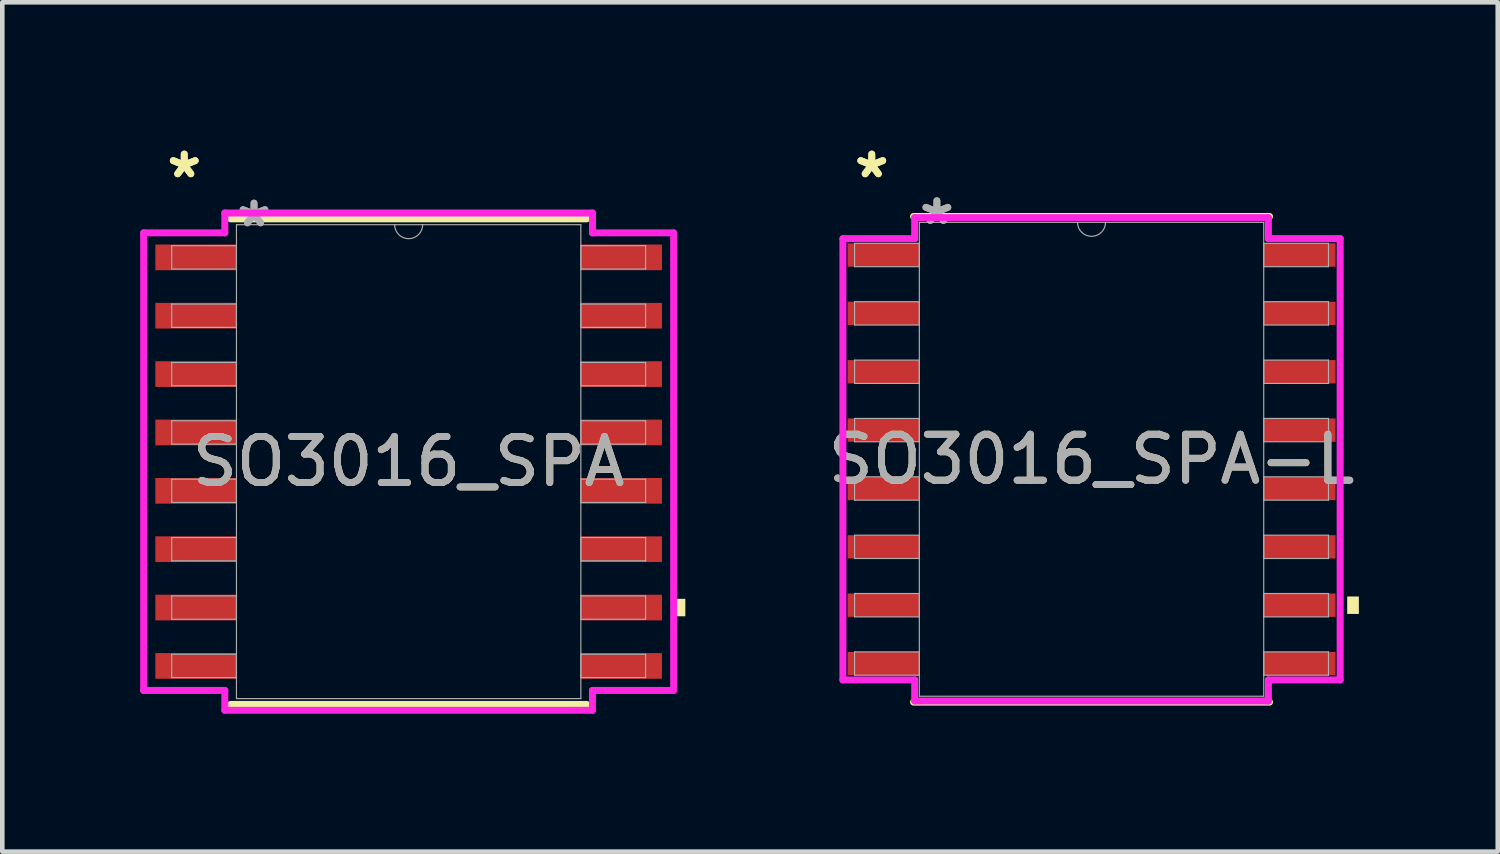
<source format=kicad_pcb>
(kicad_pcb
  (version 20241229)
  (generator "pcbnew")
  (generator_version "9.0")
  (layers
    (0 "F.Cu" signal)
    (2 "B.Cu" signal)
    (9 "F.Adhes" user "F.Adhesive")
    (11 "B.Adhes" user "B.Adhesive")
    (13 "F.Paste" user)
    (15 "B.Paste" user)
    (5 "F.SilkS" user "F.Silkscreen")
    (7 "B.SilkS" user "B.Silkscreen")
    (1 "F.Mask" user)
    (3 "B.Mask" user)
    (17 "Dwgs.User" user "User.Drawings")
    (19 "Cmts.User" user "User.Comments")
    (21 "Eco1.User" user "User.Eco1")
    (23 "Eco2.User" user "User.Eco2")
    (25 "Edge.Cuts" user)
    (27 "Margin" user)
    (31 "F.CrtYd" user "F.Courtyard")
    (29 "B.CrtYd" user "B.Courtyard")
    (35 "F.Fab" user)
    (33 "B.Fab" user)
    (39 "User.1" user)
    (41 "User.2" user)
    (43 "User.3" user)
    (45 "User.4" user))
  (footprint "SO3016_SPA-L"
    (layer "F.Cu")
    (at 20.701 6.944)
    (property "Reference" "SO3016_SPA-L" (at 0 0 0) (unlocked yes) (layer "F.SilkS") (effects (font (size 1 1) (thickness 0.15))))
    (attr smd)
    (fp_line (start -3.873 5.283) (end 3.873 5.283) (stroke (width 0.152) (type solid)) (layer "F.SilkS"))
    (fp_line (start 3.873 -5.283) (end -3.873 -5.283) (stroke (width 0.152) (type solid)) (layer "F.SilkS"))
    (fp_poly (pts (xy 5.817 2.985) (xy 5.817 3.365) (xy 5.563 3.365) (xy 5.563 2.985)) (stroke (width 0) (type solid)) (fill yes) (layer "F.SilkS"))
    (fp_line (start -5.41 -4.801) (end -3.848 -4.801) (stroke (width 0.152) (type solid)) (layer "F.CrtYd"))
    (fp_line (start -5.41 4.801) (end -5.41 -4.801) (stroke (width 0.152) (type solid)) (layer "F.CrtYd"))
    (fp_line (start -5.41 4.801) (end -3.848 4.801) (stroke (width 0.152) (type solid)) (layer "F.CrtYd"))
    (fp_line (start -3.848 -5.258) (end 3.848 -5.258) (stroke (width 0.152) (type solid)) (layer "F.CrtYd"))
    (fp_line (start -3.848 -4.801) (end -3.848 -5.258) (stroke (width 0.152) (type solid)) (layer "F.CrtYd"))
    (fp_line (start -3.848 5.258) (end -3.848 4.801) (stroke (width 0.152) (type solid)) (layer "F.CrtYd"))
    (fp_line (start 3.848 -5.258) (end 3.848 -4.801) (stroke (width 0.152) (type solid)) (layer "F.CrtYd"))
    (fp_line (start 3.848 4.801) (end 3.848 5.258) (stroke (width 0.152) (type solid)) (layer "F.CrtYd"))
    (fp_line (start 3.848 5.258) (end -3.848 5.258) (stroke (width 0.152) (type solid)) (layer "F.CrtYd"))
    (fp_line (start 5.41 -4.801) (end 3.848 -4.801) (stroke (width 0.152) (type solid)) (layer "F.CrtYd"))
    (fp_line (start 5.41 -4.801) (end 5.41 4.801) (stroke (width 0.152) (type solid)) (layer "F.CrtYd"))
    (fp_line (start 5.41 4.801) (end 3.848 4.801) (stroke (width 0.152) (type solid)) (layer "F.CrtYd"))
    (fp_line (start -5.156 -4.699) (end -5.156 -4.191) (stroke (width 0.025) (type solid)) (layer "F.Fab"))
    (fp_line (start -5.156 -4.191) (end -3.747 -4.191) (stroke (width 0.025) (type solid)) (layer "F.Fab"))
    (fp_line (start -5.156 -3.429) (end -5.156 -2.921) (stroke (width 0.025) (type solid)) (layer "F.Fab"))
    (fp_line (start -5.156 -2.921) (end -3.747 -2.921) (stroke (width 0.025) (type solid)) (layer "F.Fab"))
    (fp_line (start -5.156 -2.159) (end -5.156 -1.651) (stroke (width 0.025) (type solid)) (layer "F.Fab"))
    (fp_line (start -5.156 -1.651) (end -3.747 -1.651) (stroke (width 0.025) (type solid)) (layer "F.Fab"))
    (fp_line (start -5.156 -0.889) (end -5.156 -0.381) (stroke (width 0.025) (type solid)) (layer "F.Fab"))
    (fp_line (start -5.156 -0.381) (end -3.747 -0.381) (stroke (width 0.025) (type solid)) (layer "F.Fab"))
    (fp_line (start -5.156 0.381) (end -5.156 0.889) (stroke (width 0.025) (type solid)) (layer "F.Fab"))
    (fp_line (start -5.156 0.889) (end -3.747 0.889) (stroke (width 0.025) (type solid)) (layer "F.Fab"))
    (fp_line (start -5.156 1.651) (end -5.156 2.159) (stroke (width 0.025) (type solid)) (layer "F.Fab"))
    (fp_line (start -5.156 2.159) (end -3.747 2.159) (stroke (width 0.025) (type solid)) (layer "F.Fab"))
    (fp_line (start -5.156 2.921) (end -5.156 3.429) (stroke (width 0.025) (type solid)) (layer "F.Fab"))
    (fp_line (start -5.156 3.429) (end -3.747 3.429) (stroke (width 0.025) (type solid)) (layer "F.Fab"))
    (fp_line (start -5.156 4.191) (end -5.156 4.699) (stroke (width 0.025) (type solid)) (layer "F.Fab"))
    (fp_line (start -5.156 4.699) (end -3.747 4.699) (stroke (width 0.025) (type solid)) (layer "F.Fab"))
    (fp_line (start -3.747 -5.156) (end -3.747 5.156) (stroke (width 0.025) (type solid)) (layer "F.Fab"))
    (fp_line (start -3.747 -4.699) (end -5.156 -4.699) (stroke (width 0.025) (type solid)) (layer "F.Fab"))
    (fp_line (start -3.747 -4.191) (end -3.747 -4.699) (stroke (width 0.025) (type solid)) (layer "F.Fab"))
    (fp_line (start -3.747 -3.429) (end -5.156 -3.429) (stroke (width 0.025) (type solid)) (layer "F.Fab"))
    (fp_line (start -3.747 -2.921) (end -3.747 -3.429) (stroke (width 0.025) (type solid)) (layer "F.Fab"))
    (fp_line (start -3.747 -2.159) (end -5.156 -2.159) (stroke (width 0.025) (type solid)) (layer "F.Fab"))
    (fp_line (start -3.747 -1.651) (end -3.747 -2.159) (stroke (width 0.025) (type solid)) (layer "F.Fab"))
    (fp_line (start -3.747 -0.889) (end -5.156 -0.889) (stroke (width 0.025) (type solid)) (layer "F.Fab"))
    (fp_line (start -3.747 -0.381) (end -3.747 -0.889) (stroke (width 0.025) (type solid)) (layer "F.Fab"))
    (fp_line (start -3.747 0.381) (end -5.156 0.381) (stroke (width 0.025) (type solid)) (layer "F.Fab"))
    (fp_line (start -3.747 0.889) (end -3.747 0.381) (stroke (width 0.025) (type solid)) (layer "F.Fab"))
    (fp_line (start -3.747 1.651) (end -5.156 1.651) (stroke (width 0.025) (type solid)) (layer "F.Fab"))
    (fp_line (start -3.747 2.159) (end -3.747 1.651) (stroke (width 0.025) (type solid)) (layer "F.Fab"))
    (fp_line (start -3.747 2.921) (end -5.156 2.921) (stroke (width 0.025) (type solid)) (layer "F.Fab"))
    (fp_line (start -3.747 3.429) (end -3.747 2.921) (stroke (width 0.025) (type solid)) (layer "F.Fab"))
    (fp_line (start -3.747 4.191) (end -5.156 4.191) (stroke (width 0.025) (type solid)) (layer "F.Fab"))
    (fp_line (start -3.747 4.699) (end -3.747 4.191) (stroke (width 0.025) (type solid)) (layer "F.Fab"))
    (fp_line (start -3.747 5.156) (end 3.747 5.156) (stroke (width 0.025) (type solid)) (layer "F.Fab"))
    (fp_line (start 3.747 -5.156) (end -3.747 -5.156) (stroke (width 0.025) (type solid)) (layer "F.Fab"))
    (fp_line (start 3.747 -4.699) (end 3.747 -4.191) (stroke (width 0.025) (type solid)) (layer "F.Fab"))
    (fp_line (start 3.747 -4.191) (end 5.156 -4.191) (stroke (width 0.025) (type solid)) (layer "F.Fab"))
    (fp_line (start 3.747 -3.429) (end 3.747 -2.921) (stroke (width 0.025) (type solid)) (layer "F.Fab"))
    (fp_line (start 3.747 -2.921) (end 5.156 -2.921) (stroke (width 0.025) (type solid)) (layer "F.Fab"))
    (fp_line (start 3.747 -2.159) (end 3.747 -1.651) (stroke (width 0.025) (type solid)) (layer "F.Fab"))
    (fp_line (start 3.747 -1.651) (end 5.156 -1.651) (stroke (width 0.025) (type solid)) (layer "F.Fab"))
    (fp_line (start 3.747 -0.889) (end 3.747 -0.381) (stroke (width 0.025) (type solid)) (layer "F.Fab"))
    (fp_line (start 3.747 -0.381) (end 5.156 -0.381) (stroke (width 0.025) (type solid)) (layer "F.Fab"))
    (fp_line (start 3.747 0.381) (end 3.747 0.889) (stroke (width 0.025) (type solid)) (layer "F.Fab"))
    (fp_line (start 3.747 0.889) (end 5.156 0.889) (stroke (width 0.025) (type solid)) (layer "F.Fab"))
    (fp_line (start 3.747 1.651) (end 3.747 2.159) (stroke (width 0.025) (type solid)) (layer "F.Fab"))
    (fp_line (start 3.747 2.159) (end 5.156 2.159) (stroke (width 0.025) (type solid)) (layer "F.Fab"))
    (fp_line (start 3.747 2.921) (end 3.747 3.429) (stroke (width 0.025) (type solid)) (layer "F.Fab"))
    (fp_line (start 3.747 3.429) (end 5.156 3.429) (stroke (width 0.025) (type solid)) (layer "F.Fab"))
    (fp_line (start 3.747 4.191) (end 3.747 4.699) (stroke (width 0.025) (type solid)) (layer "F.Fab"))
    (fp_line (start 3.747 4.699) (end 5.156 4.699) (stroke (width 0.025) (type solid)) (layer "F.Fab"))
    (fp_line (start 3.747 5.156) (end 3.747 -5.156) (stroke (width 0.025) (type solid)) (layer "F.Fab"))
    (fp_line (start 5.156 -4.699) (end 3.747 -4.699) (stroke (width 0.025) (type solid)) (layer "F.Fab"))
    (fp_line (start 5.156 -4.191) (end 5.156 -4.699) (stroke (width 0.025) (type solid)) (layer "F.Fab"))
    (fp_line (start 5.156 -3.429) (end 3.747 -3.429) (stroke (width 0.025) (type solid)) (layer "F.Fab"))
    (fp_line (start 5.156 -2.921) (end 5.156 -3.429) (stroke (width 0.025) (type solid)) (layer "F.Fab"))
    (fp_line (start 5.156 -2.159) (end 3.747 -2.159) (stroke (width 0.025) (type solid)) (layer "F.Fab"))
    (fp_line (start 5.156 -1.651) (end 5.156 -2.159) (stroke (width 0.025) (type solid)) (layer "F.Fab"))
    (fp_line (start 5.156 -0.889) (end 3.747 -0.889) (stroke (width 0.025) (type solid)) (layer "F.Fab"))
    (fp_line (start 5.156 -0.381) (end 5.156 -0.889) (stroke (width 0.025) (type solid)) (layer "F.Fab"))
    (fp_line (start 5.156 0.381) (end 3.747 0.381) (stroke (width 0.025) (type solid)) (layer "F.Fab"))
    (fp_line (start 5.156 0.889) (end 5.156 0.381) (stroke (width 0.025) (type solid)) (layer "F.Fab"))
    (fp_line (start 5.156 1.651) (end 3.747 1.651) (stroke (width 0.025) (type solid)) (layer "F.Fab"))
    (fp_line (start 5.156 2.159) (end 5.156 1.651) (stroke (width 0.025) (type solid)) (layer "F.Fab"))
    (fp_line (start 5.156 2.921) (end 3.747 2.921) (stroke (width 0.025) (type solid)) (layer "F.Fab"))
    (fp_line (start 5.156 3.429) (end 5.156 2.921) (stroke (width 0.025) (type solid)) (layer "F.Fab"))
    (fp_line (start 5.156 4.191) (end 3.747 4.191) (stroke (width 0.025) (type solid)) (layer "F.Fab"))
    (fp_line (start 5.156 4.699) (end 5.156 4.191) (stroke (width 0.025) (type solid)) (layer "F.Fab"))
    (fp_arc (start 0.3048 -5.1562) (mid 0 -4.8514) (end -0.3048 -5.1562) (stroke (width 0.0254) (type solid)) (layer "F.Fab"))
    (fp_text user "*" (at -4.782 -6.096 0) (layer "F.SilkS") (effects (font (size 1 1) (thickness 0.15))))
    (fp_text user "*" (at -4.782 -6.096 0) (unlocked yes) (layer "F.SilkS") (effects (font (size 1 1) (thickness 0.15))))
    (fp_text user "*" (at -3.365 -5.08 0) (unlocked yes) (layer "F.Fab") (effects (font (size 1 1) (thickness 0.15))))
    (fp_text user "${REFERENCE}" (at 0 0 0) (unlocked yes) (layer "F.Fab") (effects (font (size 1 1) (thickness 0.15))))
    (fp_text user "*" (at -3.365 -5.08 0) (layer "F.Fab") (effects (font (size 1 1) (thickness 0.15))))
    (pad "1" smd rect (at -4.528 -4.445) (size 1.562 0.508) (layers "F.Cu" "F.Mask" "F.Paste"))
    (pad "2" smd rect (at -4.528 -3.175) (size 1.562 0.508) (layers "F.Cu" "F.Mask" "F.Paste"))
    (pad "3" smd rect (at -4.528 -1.905) (size 1.562 0.508) (layers "F.Cu" "F.Mask" "F.Paste"))
    (pad "4" smd rect (at -4.528 -0.635) (size 1.562 0.508) (layers "F.Cu" "F.Mask" "F.Paste"))
    (pad "5" smd rect (at -4.528 0.635) (size 1.562 0.508) (layers "F.Cu" "F.Mask" "F.Paste"))
    (pad "6" smd rect (at -4.528 1.905) (size 1.562 0.508) (layers "F.Cu" "F.Mask" "F.Paste"))
    (pad "7" smd rect (at -4.528 3.175) (size 1.562 0.508) (layers "F.Cu" "F.Mask" "F.Paste"))
    (pad "8" smd rect (at -4.528 4.445) (size 1.562 0.508) (layers "F.Cu" "F.Mask" "F.Paste"))
    (pad "9" smd rect (at 4.528 4.445) (size 1.562 0.508) (layers "F.Cu" "F.Mask" "F.Paste"))
    (pad "10" smd rect (at 4.528 3.175) (size 1.562 0.508) (layers "F.Cu" "F.Mask" "F.Paste"))
    (pad "11" smd rect (at 4.528 1.905) (size 1.562 0.508) (layers "F.Cu" "F.Mask" "F.Paste"))
    (pad "12" smd rect (at 4.528 0.635) (size 1.562 0.508) (layers "F.Cu" "F.Mask" "F.Paste"))
    (pad "13" smd rect (at 4.528 -0.635) (size 1.562 0.508) (layers "F.Cu" "F.Mask" "F.Paste"))
    (pad "14" smd rect (at 4.528 -1.905) (size 1.562 0.508) (layers "F.Cu" "F.Mask" "F.Paste"))
    (pad "15" smd rect (at 4.528 -3.175) (size 1.562 0.508) (layers "F.Cu" "F.Mask" "F.Paste"))
    (pad "16" smd rect (at 4.528 -4.445) (size 1.562 0.508) (layers "F.Cu" "F.Mask" "F.Paste")))
  (footprint "SO3016_SPA"
    (layer "F.Cu")
    (at 5.842 6.995)
    (property "Reference" "SO3016_SPA" (at 0 0 0) (unlocked yes) (layer "F.SilkS") (effects (font (size 1 1) (thickness 0.15))))
    (attr smd)
    (fp_line (start -3.873 5.283) (end 3.873 5.283) (stroke (width 0.152) (type solid)) (layer "F.SilkS"))
    (fp_line (start 3.873 -5.283) (end -3.873 -5.283) (stroke (width 0.152) (type solid)) (layer "F.SilkS"))
    (fp_poly (pts (xy 6.02 2.985) (xy 6.02 3.365) (xy 5.766 3.365) (xy 5.766 2.985)) (stroke (width 0) (type solid)) (fill yes) (layer "F.SilkS"))
    (fp_line (start -5.766 -4.978) (end -4 -4.978) (stroke (width 0.152) (type solid)) (layer "F.CrtYd"))
    (fp_line (start -5.766 4.978) (end -5.766 -4.978) (stroke (width 0.152) (type solid)) (layer "F.CrtYd"))
    (fp_line (start -5.766 4.978) (end -4 4.978) (stroke (width 0.152) (type solid)) (layer "F.CrtYd"))
    (fp_line (start -4 -5.41) (end 4 -5.41) (stroke (width 0.152) (type solid)) (layer "F.CrtYd"))
    (fp_line (start -4 -4.978) (end -4 -5.41) (stroke (width 0.152) (type solid)) (layer "F.CrtYd"))
    (fp_line (start -4 5.41) (end -4 4.978) (stroke (width 0.152) (type solid)) (layer "F.CrtYd"))
    (fp_line (start 4 -5.41) (end 4 -4.978) (stroke (width 0.152) (type solid)) (layer "F.CrtYd"))
    (fp_line (start 4 4.978) (end 4 5.41) (stroke (width 0.152) (type solid)) (layer "F.CrtYd"))
    (fp_line (start 4 5.41) (end -4 5.41) (stroke (width 0.152) (type solid)) (layer "F.CrtYd"))
    (fp_line (start 5.766 -4.978) (end 4 -4.978) (stroke (width 0.152) (type solid)) (layer "F.CrtYd"))
    (fp_line (start 5.766 -4.978) (end 5.766 4.978) (stroke (width 0.152) (type solid)) (layer "F.CrtYd"))
    (fp_line (start 5.766 4.978) (end 4 4.978) (stroke (width 0.152) (type solid)) (layer "F.CrtYd"))
    (fp_line (start -5.156 -4.699) (end -5.156 -4.191) (stroke (width 0.025) (type solid)) (layer "F.Fab"))
    (fp_line (start -5.156 -4.191) (end -3.747 -4.191) (stroke (width 0.025) (type solid)) (layer "F.Fab"))
    (fp_line (start -5.156 -3.429) (end -5.156 -2.921) (stroke (width 0.025) (type solid)) (layer "F.Fab"))
    (fp_line (start -5.156 -2.921) (end -3.747 -2.921) (stroke (width 0.025) (type solid)) (layer "F.Fab"))
    (fp_line (start -5.156 -2.159) (end -5.156 -1.651) (stroke (width 0.025) (type solid)) (layer "F.Fab"))
    (fp_line (start -5.156 -1.651) (end -3.747 -1.651) (stroke (width 0.025) (type solid)) (layer "F.Fab"))
    (fp_line (start -5.156 -0.889) (end -5.156 -0.381) (stroke (width 0.025) (type solid)) (layer "F.Fab"))
    (fp_line (start -5.156 -0.381) (end -3.747 -0.381) (stroke (width 0.025) (type solid)) (layer "F.Fab"))
    (fp_line (start -5.156 0.381) (end -5.156 0.889) (stroke (width 0.025) (type solid)) (layer "F.Fab"))
    (fp_line (start -5.156 0.889) (end -3.747 0.889) (stroke (width 0.025) (type solid)) (layer "F.Fab"))
    (fp_line (start -5.156 1.651) (end -5.156 2.159) (stroke (width 0.025) (type solid)) (layer "F.Fab"))
    (fp_line (start -5.156 2.159) (end -3.747 2.159) (stroke (width 0.025) (type solid)) (layer "F.Fab"))
    (fp_line (start -5.156 2.921) (end -5.156 3.429) (stroke (width 0.025) (type solid)) (layer "F.Fab"))
    (fp_line (start -5.156 3.429) (end -3.747 3.429) (stroke (width 0.025) (type solid)) (layer "F.Fab"))
    (fp_line (start -5.156 4.191) (end -5.156 4.699) (stroke (width 0.025) (type solid)) (layer "F.Fab"))
    (fp_line (start -5.156 4.699) (end -3.747 4.699) (stroke (width 0.025) (type solid)) (layer "F.Fab"))
    (fp_line (start -3.747 -5.156) (end -3.747 5.156) (stroke (width 0.025) (type solid)) (layer "F.Fab"))
    (fp_line (start -3.747 -4.699) (end -5.156 -4.699) (stroke (width 0.025) (type solid)) (layer "F.Fab"))
    (fp_line (start -3.747 -4.191) (end -3.747 -4.699) (stroke (width 0.025) (type solid)) (layer "F.Fab"))
    (fp_line (start -3.747 -3.429) (end -5.156 -3.429) (stroke (width 0.025) (type solid)) (layer "F.Fab"))
    (fp_line (start -3.747 -2.921) (end -3.747 -3.429) (stroke (width 0.025) (type solid)) (layer "F.Fab"))
    (fp_line (start -3.747 -2.159) (end -5.156 -2.159) (stroke (width 0.025) (type solid)) (layer "F.Fab"))
    (fp_line (start -3.747 -1.651) (end -3.747 -2.159) (stroke (width 0.025) (type solid)) (layer "F.Fab"))
    (fp_line (start -3.747 -0.889) (end -5.156 -0.889) (stroke (width 0.025) (type solid)) (layer "F.Fab"))
    (fp_line (start -3.747 -0.381) (end -3.747 -0.889) (stroke (width 0.025) (type solid)) (layer "F.Fab"))
    (fp_line (start -3.747 0.381) (end -5.156 0.381) (stroke (width 0.025) (type solid)) (layer "F.Fab"))
    (fp_line (start -3.747 0.889) (end -3.747 0.381) (stroke (width 0.025) (type solid)) (layer "F.Fab"))
    (fp_line (start -3.747 1.651) (end -5.156 1.651) (stroke (width 0.025) (type solid)) (layer "F.Fab"))
    (fp_line (start -3.747 2.159) (end -3.747 1.651) (stroke (width 0.025) (type solid)) (layer "F.Fab"))
    (fp_line (start -3.747 2.921) (end -5.156 2.921) (stroke (width 0.025) (type solid)) (layer "F.Fab"))
    (fp_line (start -3.747 3.429) (end -3.747 2.921) (stroke (width 0.025) (type solid)) (layer "F.Fab"))
    (fp_line (start -3.747 4.191) (end -5.156 4.191) (stroke (width 0.025) (type solid)) (layer "F.Fab"))
    (fp_line (start -3.747 4.699) (end -3.747 4.191) (stroke (width 0.025) (type solid)) (layer "F.Fab"))
    (fp_line (start -3.747 5.156) (end 3.747 5.156) (stroke (width 0.025) (type solid)) (layer "F.Fab"))
    (fp_line (start 3.747 -5.156) (end -3.747 -5.156) (stroke (width 0.025) (type solid)) (layer "F.Fab"))
    (fp_line (start 3.747 -4.699) (end 3.747 -4.191) (stroke (width 0.025) (type solid)) (layer "F.Fab"))
    (fp_line (start 3.747 -4.191) (end 5.156 -4.191) (stroke (width 0.025) (type solid)) (layer "F.Fab"))
    (fp_line (start 3.747 -3.429) (end 3.747 -2.921) (stroke (width 0.025) (type solid)) (layer "F.Fab"))
    (fp_line (start 3.747 -2.921) (end 5.156 -2.921) (stroke (width 0.025) (type solid)) (layer "F.Fab"))
    (fp_line (start 3.747 -2.159) (end 3.747 -1.651) (stroke (width 0.025) (type solid)) (layer "F.Fab"))
    (fp_line (start 3.747 -1.651) (end 5.156 -1.651) (stroke (width 0.025) (type solid)) (layer "F.Fab"))
    (fp_line (start 3.747 -0.889) (end 3.747 -0.381) (stroke (width 0.025) (type solid)) (layer "F.Fab"))
    (fp_line (start 3.747 -0.381) (end 5.156 -0.381) (stroke (width 0.025) (type solid)) (layer "F.Fab"))
    (fp_line (start 3.747 0.381) (end 3.747 0.889) (stroke (width 0.025) (type solid)) (layer "F.Fab"))
    (fp_line (start 3.747 0.889) (end 5.156 0.889) (stroke (width 0.025) (type solid)) (layer "F.Fab"))
    (fp_line (start 3.747 1.651) (end 3.747 2.159) (stroke (width 0.025) (type solid)) (layer "F.Fab"))
    (fp_line (start 3.747 2.159) (end 5.156 2.159) (stroke (width 0.025) (type solid)) (layer "F.Fab"))
    (fp_line (start 3.747 2.921) (end 3.747 3.429) (stroke (width 0.025) (type solid)) (layer "F.Fab"))
    (fp_line (start 3.747 3.429) (end 5.156 3.429) (stroke (width 0.025) (type solid)) (layer "F.Fab"))
    (fp_line (start 3.747 4.191) (end 3.747 4.699) (stroke (width 0.025) (type solid)) (layer "F.Fab"))
    (fp_line (start 3.747 4.699) (end 5.156 4.699) (stroke (width 0.025) (type solid)) (layer "F.Fab"))
    (fp_line (start 3.747 5.156) (end 3.747 -5.156) (stroke (width 0.025) (type solid)) (layer "F.Fab"))
    (fp_line (start 5.156 -4.699) (end 3.747 -4.699) (stroke (width 0.025) (type solid)) (layer "F.Fab"))
    (fp_line (start 5.156 -4.191) (end 5.156 -4.699) (stroke (width 0.025) (type solid)) (layer "F.Fab"))
    (fp_line (start 5.156 -3.429) (end 3.747 -3.429) (stroke (width 0.025) (type solid)) (layer "F.Fab"))
    (fp_line (start 5.156 -2.921) (end 5.156 -3.429) (stroke (width 0.025) (type solid)) (layer "F.Fab"))
    (fp_line (start 5.156 -2.159) (end 3.747 -2.159) (stroke (width 0.025) (type solid)) (layer "F.Fab"))
    (fp_line (start 5.156 -1.651) (end 5.156 -2.159) (stroke (width 0.025) (type solid)) (layer "F.Fab"))
    (fp_line (start 5.156 -0.889) (end 3.747 -0.889) (stroke (width 0.025) (type solid)) (layer "F.Fab"))
    (fp_line (start 5.156 -0.381) (end 5.156 -0.889) (stroke (width 0.025) (type solid)) (layer "F.Fab"))
    (fp_line (start 5.156 0.381) (end 3.747 0.381) (stroke (width 0.025) (type solid)) (layer "F.Fab"))
    (fp_line (start 5.156 0.889) (end 5.156 0.381) (stroke (width 0.025) (type solid)) (layer "F.Fab"))
    (fp_line (start 5.156 1.651) (end 3.747 1.651) (stroke (width 0.025) (type solid)) (layer "F.Fab"))
    (fp_line (start 5.156 2.159) (end 5.156 1.651) (stroke (width 0.025) (type solid)) (layer "F.Fab"))
    (fp_line (start 5.156 2.921) (end 3.747 2.921) (stroke (width 0.025) (type solid)) (layer "F.Fab"))
    (fp_line (start 5.156 3.429) (end 5.156 2.921) (stroke (width 0.025) (type solid)) (layer "F.Fab"))
    (fp_line (start 5.156 4.191) (end 3.747 4.191) (stroke (width 0.025) (type solid)) (layer "F.Fab"))
    (fp_line (start 5.156 4.699) (end 5.156 4.191) (stroke (width 0.025) (type solid)) (layer "F.Fab"))
    (fp_arc (start 0.3048 -5.1562) (mid 0 -4.8514) (end -0.3048 -5.1562) (stroke (width 0.0254) (type solid)) (layer "F.Fab"))
    (fp_text user "*" (at -4.883 -6.147 0) (unlocked yes) (layer "F.SilkS") (effects (font (size 1 1) (thickness 0.15))))
    (fp_text user "*" (at -4.883 -6.147 0) (layer "F.SilkS") (effects (font (size 1 1) (thickness 0.15))))
    (fp_text user "${REFERENCE}" (at 0 0 0) (unlocked yes) (layer "F.Fab") (effects (font (size 1 1) (thickness 0.15))))
    (fp_text user "*" (at -3.365 -5.08 0) (layer "F.Fab") (effects (font (size 1 1) (thickness 0.15))))
    (fp_text user "*" (at -3.365 -5.08 0) (unlocked yes) (layer "F.Fab") (effects (font (size 1 1) (thickness 0.15))))
    (pad "1" smd rect (at -4.629 -4.445) (size 1.765 0.559) (layers "F.Cu" "F.Mask" "F.Paste"))
    (pad "2" smd rect (at -4.629 -3.175) (size 1.765 0.559) (layers "F.Cu" "F.Mask" "F.Paste"))
    (pad "3" smd rect (at -4.629 -1.905) (size 1.765 0.559) (layers "F.Cu" "F.Mask" "F.Paste"))
    (pad "4" smd rect (at -4.629 -0.635) (size 1.765 0.559) (layers "F.Cu" "F.Mask" "F.Paste"))
    (pad "5" smd rect (at -4.629 0.635) (size 1.765 0.559) (layers "F.Cu" "F.Mask" "F.Paste"))
    (pad "6" smd rect (at -4.629 1.905) (size 1.765 0.559) (layers "F.Cu" "F.Mask" "F.Paste"))
    (pad "7" smd rect (at -4.629 3.175) (size 1.765 0.559) (layers "F.Cu" "F.Mask" "F.Paste"))
    (pad "8" smd rect (at -4.629 4.445) (size 1.765 0.559) (layers "F.Cu" "F.Mask" "F.Paste"))
    (pad "9" smd rect (at 4.629 4.445) (size 1.765 0.559) (layers "F.Cu" "F.Mask" "F.Paste"))
    (pad "10" smd rect (at 4.629 3.175) (size 1.765 0.559) (layers "F.Cu" "F.Mask" "F.Paste"))
    (pad "11" smd rect (at 4.629 1.905) (size 1.765 0.559) (layers "F.Cu" "F.Mask" "F.Paste"))
    (pad "12" smd rect (at 4.629 0.635) (size 1.765 0.559) (layers "F.Cu" "F.Mask" "F.Paste"))
    (pad "13" smd rect (at 4.629 -0.635) (size 1.765 0.559) (layers "F.Cu" "F.Mask" "F.Paste"))
    (pad "14" smd rect (at 4.629 -1.905) (size 1.765 0.559) (layers "F.Cu" "F.Mask" "F.Paste"))
    (pad "15" smd rect (at 4.629 -3.175) (size 1.765 0.559) (layers "F.Cu" "F.Mask" "F.Paste"))
    (pad "16" smd rect (at 4.629 -4.445) (size 1.765 0.559) (layers "F.Cu" "F.Mask" "F.Paste")))
  (gr_rect
    (start -3 -3)
    (end 29.54 15.481)
    (stroke (width 0.1) (type default))
    (fill no)
    (layer "Edge.Cuts")))
</source>
